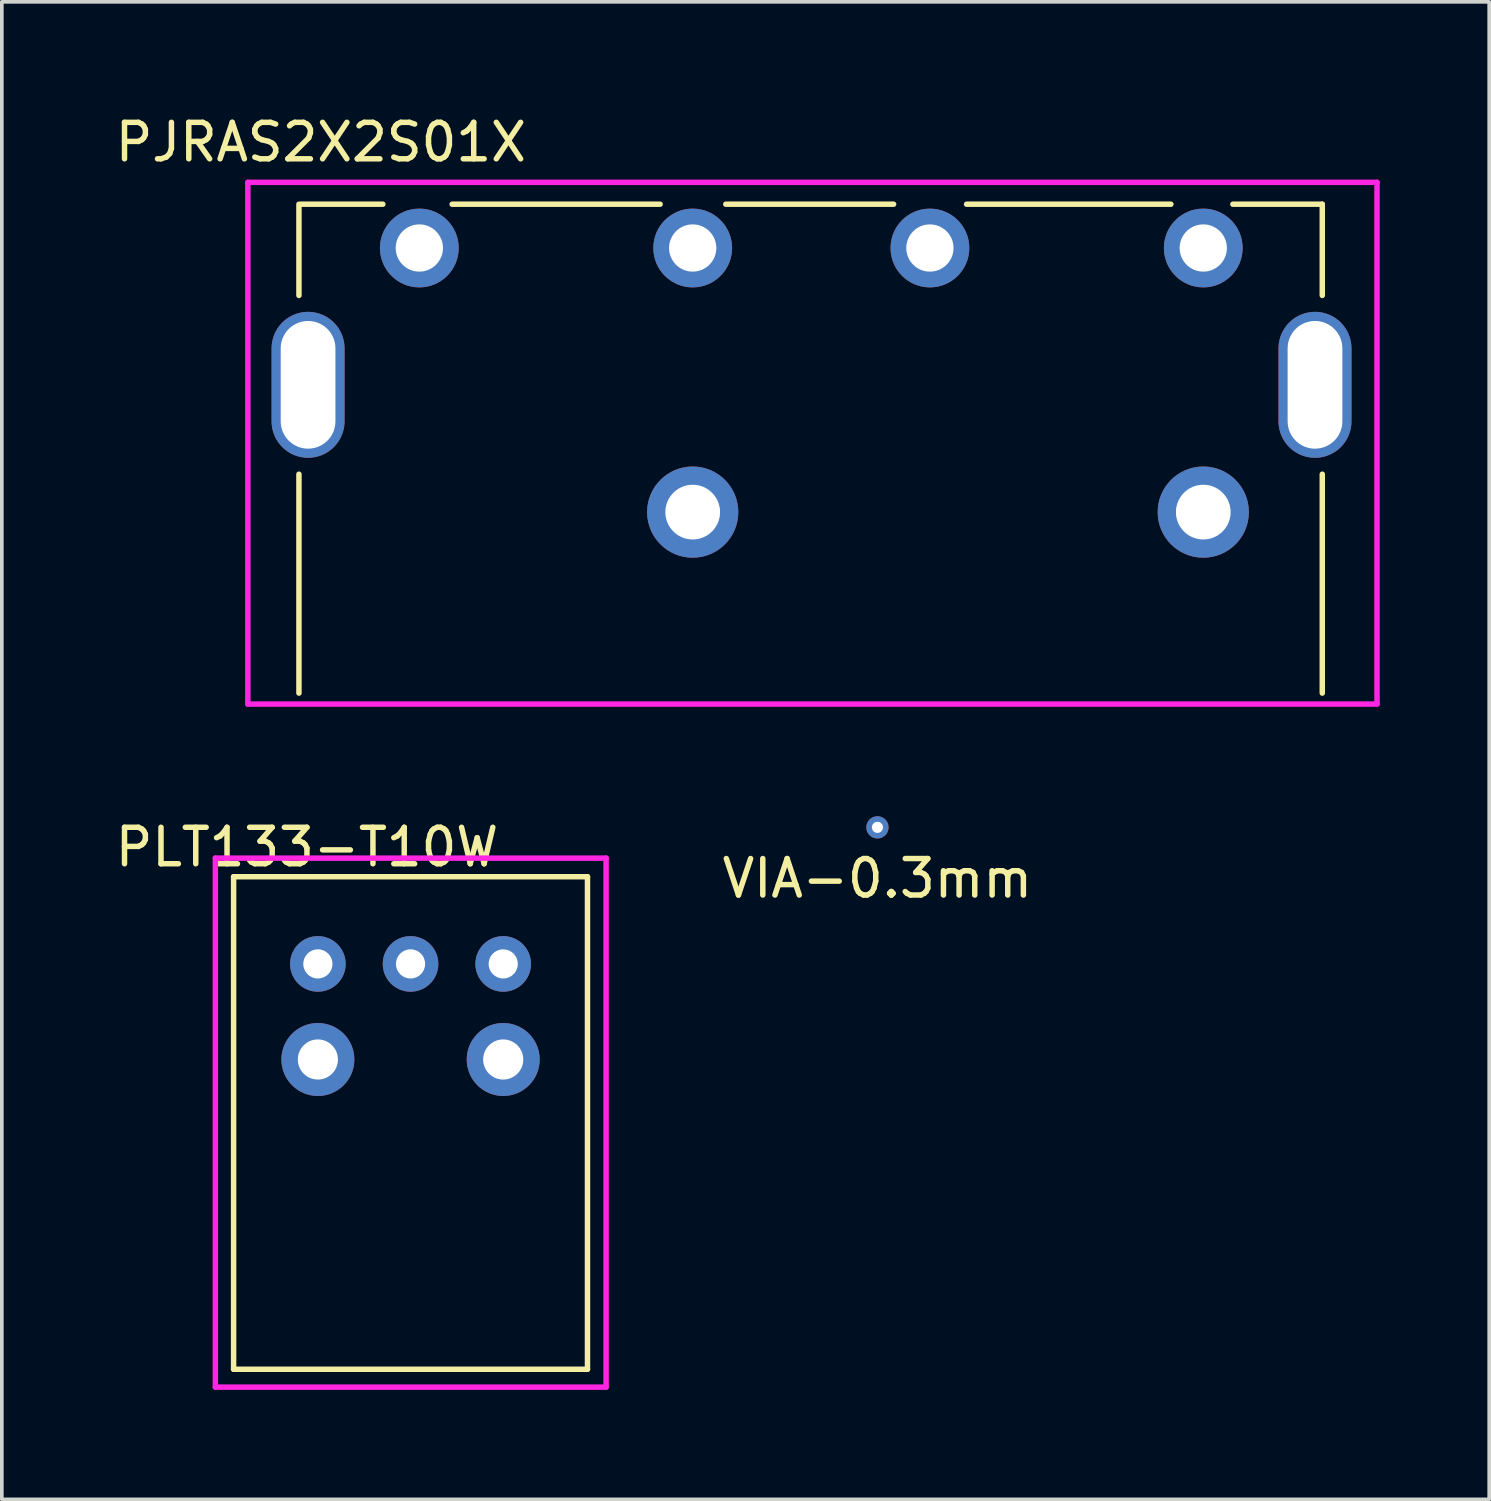
<source format=kicad_pcb>
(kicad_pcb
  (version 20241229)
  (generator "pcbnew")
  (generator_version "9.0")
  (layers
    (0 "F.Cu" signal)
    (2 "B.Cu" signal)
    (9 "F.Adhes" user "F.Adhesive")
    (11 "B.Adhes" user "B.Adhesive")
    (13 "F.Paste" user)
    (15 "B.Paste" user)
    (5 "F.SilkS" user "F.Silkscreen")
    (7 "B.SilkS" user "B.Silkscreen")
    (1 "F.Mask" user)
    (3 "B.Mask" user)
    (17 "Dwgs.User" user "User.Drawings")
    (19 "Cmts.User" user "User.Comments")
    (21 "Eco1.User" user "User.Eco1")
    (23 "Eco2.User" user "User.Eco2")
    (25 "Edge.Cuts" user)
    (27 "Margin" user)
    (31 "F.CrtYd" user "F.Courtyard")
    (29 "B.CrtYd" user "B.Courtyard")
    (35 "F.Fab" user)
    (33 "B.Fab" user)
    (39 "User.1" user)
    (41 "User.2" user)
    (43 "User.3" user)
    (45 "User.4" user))
  (footprint "VIA-0.3mm"
    (layer "F.Cu")
    (at 21.001 19.628)
    (property "Reference" "VIA-0.3mm" (at 0 1.4 0) (layer "F.SilkS") (effects (font (size 1 1) (thickness 0.15))))
    (attr through_hole)
    (pad "1" thru_hole circle (at 0 0) (size 0.61 0.61) (drill 0.305) (layers "*.Cu")))
  (footprint "PJRAS2X2S01X"
    (layer "F.Cu")
    (at 8.444 3.748)
    (property "Reference" "PJRAS2X2S01X" (at -2.7 -2.9 0) (layer "F.SilkS") (effects (font (size 1 1) (thickness 0.15))))
    (attr through_hole)
    (fp_line (start -3.3 -1.2) (end -3.3 1.3) (stroke (width 0.15) (type solid)) (layer "F.SilkS"))
    (fp_line (start -3.3 6.2) (end -3.3 12.2) (stroke (width 0.15) (type solid)) (layer "F.SilkS"))
    (fp_line (start -3.25 -1.2) (end -1 -1.2) (stroke (width 0.15) (type solid)) (layer "F.SilkS"))
    (fp_line (start 0.9 -1.2) (end 6.6 -1.2) (stroke (width 0.15) (type solid)) (layer "F.SilkS"))
    (fp_line (start 8.4 -1.2) (end 13 -1.2) (stroke (width 0.15) (type solid)) (layer "F.SilkS"))
    (fp_line (start 15 -1.2) (end 20.6 -1.2) (stroke (width 0.15) (type solid)) (layer "F.SilkS"))
    (fp_line (start 22.3 -1.2) (end 24.75 -1.2) (stroke (width 0.15) (type solid)) (layer "F.SilkS"))
    (fp_line (start 24.75 -1.2) (end 24.75 1.3) (stroke (width 0.15) (type solid)) (layer "F.SilkS"))
    (fp_line (start 24.75 6.2) (end 24.75 12.2) (stroke (width 0.15) (type solid)) (layer "F.SilkS"))
    (fp_line (start -4.7 -1.8) (end -4.7 12.5) (stroke (width 0.15) (type solid)) (layer "F.CrtYd"))
    (fp_line (start -4.7 -1.8) (end 26.25 -1.8) (stroke (width 0.15) (type solid)) (layer "F.CrtYd"))
    (fp_line (start -4.7 12.5) (end 26.25 12.5) (stroke (width 0.15) (type solid)) (layer "F.CrtYd"))
    (fp_line (start 26.25 -1.8) (end 26.25 12.5) (stroke (width 0.15) (type solid)) (layer "F.CrtYd"))
    (pad "1" thru_hole circle (at 0 0) (size 2.159 2.159) (drill 1.295) (layers "*.Cu" "*.Mask"))
    (pad "2" thru_hole circle (at 7.493 0) (size 2.159 2.159) (drill 1.295) (layers "*.Cu" "*.Mask"))
    (pad "3" thru_hole circle (at 13.995 0) (size 2.159 2.159) (drill 1.295) (layers "*.Cu" "*.Mask"))
    (pad "4" thru_hole circle (at 21.488 0) (size 2.159 2.159) (drill 1.295) (layers "*.Cu" "*.Mask"))
    (pad "5" thru_hole circle (at 7.493 7.239) (size 2.5 2.5) (drill 1.5) (layers "*.Cu" "*.Mask"))
    (pad "5" thru_hole circle (at 21.488 7.239) (size 2.5 2.5) (drill 1.5) (layers "*.Cu" "*.Mask"))
    (pad "~" thru_hole oval (at -3.05 3.75) (size 2 4) (drill oval 1.5 3.5) (layers "*.Cu" "*.Mask"))
    (pad "~" thru_hole oval (at 24.55 3.75) (size 2 4) (drill oval 1.5 3.5) (layers "*.Cu" "*.Mask")))
  (footprint "PLT133-T10W"
    (layer "F.Cu")
    (at 8.163 27.771)
    (property "Reference" "PLT133-T10W" (at -2.8 -7.6 0) (layer "F.SilkS") (effects (font (size 1 1) (thickness 0.15))))
    (attr through_hole)
    (fp_line (start -4.81 -6.79) (end -4.81 6.71) (stroke (width 0.15) (type solid)) (layer "F.SilkS"))
    (fp_line (start -4.81 -6.79) (end 4.89 -6.79) (stroke (width 0.15) (type solid)) (layer "F.SilkS"))
    (fp_line (start -4.81 6.71) (end 4.89 6.71) (stroke (width 0.15) (type solid)) (layer "F.SilkS"))
    (fp_line (start 4.89 -6.79) (end 4.89 6.71) (stroke (width 0.15) (type solid)) (layer "F.SilkS"))
    (fp_line (start -5.31 -7.3) (end -5.31 7.2) (stroke (width 0.15) (type solid)) (layer "F.CrtYd"))
    (fp_line (start -5.31 -7.3) (end 5.4 -7.3) (stroke (width 0.15) (type solid)) (layer "F.CrtYd"))
    (fp_line (start -5.31 7.2) (end 5.4 7.2) (stroke (width 0.15) (type solid)) (layer "F.CrtYd"))
    (fp_line (start 5.4 -7.3) (end 5.4 7.2) (stroke (width 0.15) (type solid)) (layer "F.CrtYd"))
    (pad "1" thru_hole circle (at -2.5 -4.4) (size 1.524 1.524) (drill 0.8) (layers "*.Cu" "*.Mask"))
    (pad "2" thru_hole circle (at 0.04 -4.4) (size 1.524 1.524) (drill 0.8) (layers "*.Cu" "*.Mask"))
    (pad "3" thru_hole circle (at 2.58 -4.4) (size 1.524 1.524) (drill 0.8) (layers "*.Cu" "*.Mask"))
    (pad "4" thru_hole circle (at -2.5 -1.78) (size 2 2) (drill 1.1) (layers "*.Cu" "*.Mask"))
    (pad "5" thru_hole circle (at 2.58 -1.78) (size 2 2) (drill 1.1) (layers "*.Cu" "*.Mask")))
  (gr_rect
    (start -3 -3)
    (end 37.769 38.047)
    (stroke (width 0.1) (type default))
    (fill no)
    (layer "Edge.Cuts")))
</source>
